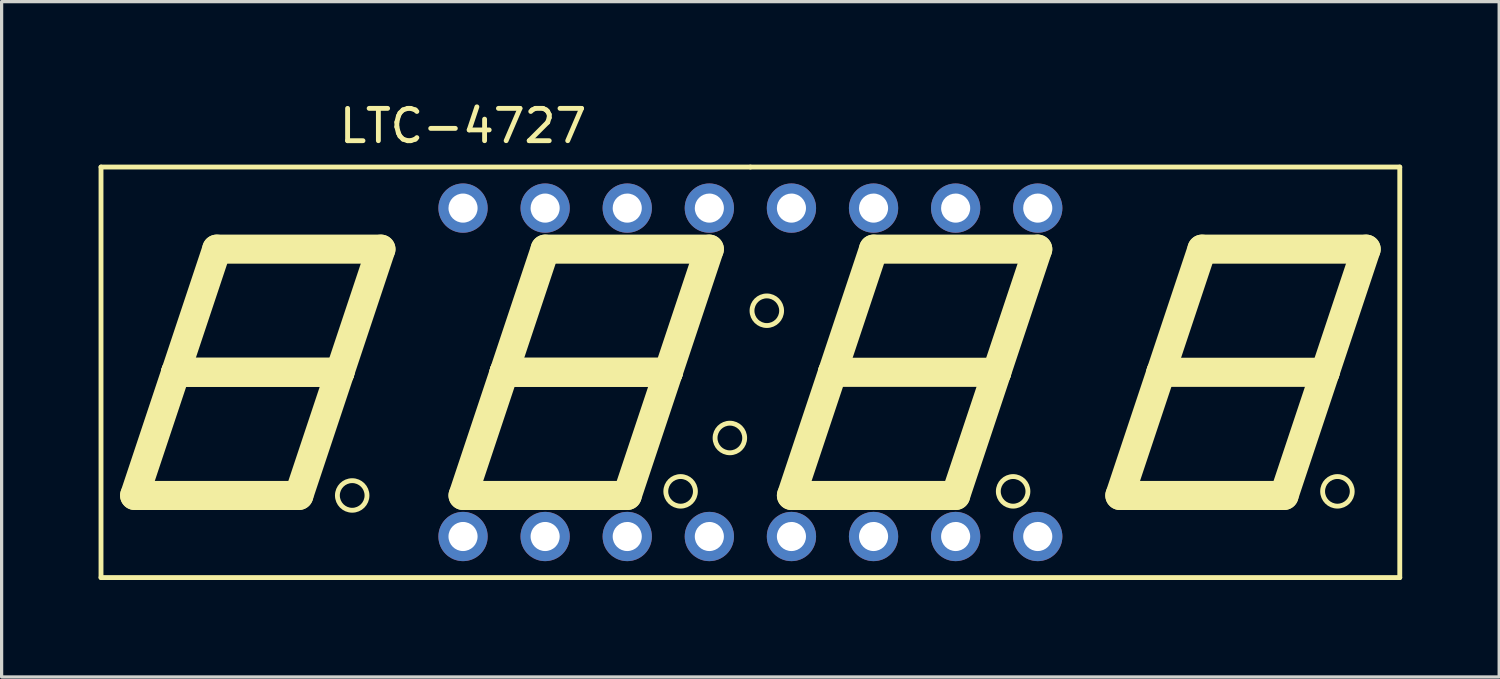
<source format=kicad_pcb>
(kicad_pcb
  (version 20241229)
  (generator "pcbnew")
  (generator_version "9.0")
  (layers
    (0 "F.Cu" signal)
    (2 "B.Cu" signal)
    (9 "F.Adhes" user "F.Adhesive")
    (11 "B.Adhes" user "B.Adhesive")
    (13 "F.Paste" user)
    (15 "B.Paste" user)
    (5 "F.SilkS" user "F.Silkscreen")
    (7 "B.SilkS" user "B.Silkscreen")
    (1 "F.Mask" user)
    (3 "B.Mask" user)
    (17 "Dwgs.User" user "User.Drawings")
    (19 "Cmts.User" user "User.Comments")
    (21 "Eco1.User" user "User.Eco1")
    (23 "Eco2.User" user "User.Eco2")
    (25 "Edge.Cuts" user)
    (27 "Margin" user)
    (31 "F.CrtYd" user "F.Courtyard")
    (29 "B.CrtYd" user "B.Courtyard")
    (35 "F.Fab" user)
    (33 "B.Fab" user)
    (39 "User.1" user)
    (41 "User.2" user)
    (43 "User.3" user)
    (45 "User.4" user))
  (footprint "LTC-4727"
    (layer "F.Cu")
    (at 20.165 8.468)
    (property "Reference" "LTC-4727" (at -8.89 -7.62 0) (layer "F.SilkS") (effects (font (size 1 1) (thickness 0.15))))
    (attr through_hole)
    (fp_line (start -20.09 -6.35) (end -20.09 6.35) (stroke (width 0.15) (type solid)) (layer "F.SilkS"))
    (fp_line (start -20.09 6.35) (end 20.09 6.35) (stroke (width 0.15) (type solid)) (layer "F.SilkS"))
    (fp_line (start -19.05 3.81) (end -17.78 0) (stroke (width 0.9) (type solid)) (layer "F.SilkS"))
    (fp_line (start -17.78 0) (end -16.51 -3.81) (stroke (width 0.9) (type solid)) (layer "F.SilkS"))
    (fp_line (start -17.78 0) (end -12.7 0) (stroke (width 0.9) (type solid)) (layer "F.SilkS"))
    (fp_line (start -16.51 -3.81) (end -11.43 -3.81) (stroke (width 0.9) (type solid)) (layer "F.SilkS"))
    (fp_line (start -13.97 3.81) (end -19.05 3.81) (stroke (width 0.9) (type solid)) (layer "F.SilkS"))
    (fp_line (start -12.7 0) (end -17.78 0) (stroke (width 0.9) (type solid)) (layer "F.SilkS"))
    (fp_line (start -12.7 0) (end -13.97 3.81) (stroke (width 0.9) (type solid)) (layer "F.SilkS"))
    (fp_line (start -11.43 -3.81) (end -12.7 0) (stroke (width 0.9) (type solid)) (layer "F.SilkS"))
    (fp_line (start -8.89 3.81) (end -3.81 3.81) (stroke (width 0.9) (type solid)) (layer "F.SilkS"))
    (fp_line (start -7.62 0) (end -8.89 3.81) (stroke (width 0.9) (type solid)) (layer "F.SilkS"))
    (fp_line (start -7.62 0) (end -2.54 0) (stroke (width 0.9) (type solid)) (layer "F.SilkS"))
    (fp_line (start -6.35 -3.81) (end -7.62 0) (stroke (width 0.9) (type solid)) (layer "F.SilkS"))
    (fp_line (start -6.35 -3.81) (end -1.27 -3.81) (stroke (width 0.9) (type solid)) (layer "F.SilkS"))
    (fp_line (start -3.81 3.81) (end -2.54 0) (stroke (width 0.9) (type solid)) (layer "F.SilkS"))
    (fp_line (start -2.54 0) (end -7.62 0) (stroke (width 0.9) (type solid)) (layer "F.SilkS"))
    (fp_line (start -2.54 0) (end -1.27 -3.81) (stroke (width 0.9) (type solid)) (layer "F.SilkS"))
    (fp_line (start 0 -6.35) (end -20.09 -6.35) (stroke (width 0.15) (type solid)) (layer "F.SilkS"))
    (fp_line (start 1.27 3.81) (end 2.54 0) (stroke (width 0.9) (type solid)) (layer "F.SilkS"))
    (fp_line (start 2.54 0) (end 3.81 -3.81) (stroke (width 0.9) (type solid)) (layer "F.SilkS"))
    (fp_line (start 2.54 0) (end 7.62 0) (stroke (width 0.9) (type solid)) (layer "F.SilkS"))
    (fp_line (start 3.81 -3.81) (end 8.89 -3.81) (stroke (width 0.9) (type solid)) (layer "F.SilkS"))
    (fp_line (start 6.35 3.81) (end 1.27 3.81) (stroke (width 0.9) (type solid)) (layer "F.SilkS"))
    (fp_line (start 7.62 0) (end 6.35 3.81) (stroke (width 0.9) (type solid)) (layer "F.SilkS"))
    (fp_line (start 8.89 -3.81) (end 7.62 0) (stroke (width 0.9) (type solid)) (layer "F.SilkS"))
    (fp_line (start 11.43 3.81) (end 12.7 0) (stroke (width 0.9) (type solid)) (layer "F.SilkS"))
    (fp_line (start 12.7 0) (end 13.97 -3.81) (stroke (width 0.9) (type solid)) (layer "F.SilkS"))
    (fp_line (start 12.7 0) (end 17.78 0) (stroke (width 0.9) (type solid)) (layer "F.SilkS"))
    (fp_line (start 13.97 -3.81) (end 19.05 -3.81) (stroke (width 0.9) (type solid)) (layer "F.SilkS"))
    (fp_line (start 16.51 3.81) (end 11.43 3.81) (stroke (width 0.9) (type solid)) (layer "F.SilkS"))
    (fp_line (start 17.78 0) (end 16.51 3.81) (stroke (width 0.9) (type solid)) (layer "F.SilkS"))
    (fp_line (start 19.05 -3.81) (end 17.78 0) (stroke (width 0.9) (type solid)) (layer "F.SilkS"))
    (fp_line (start 20.09 -6.35) (end 0 -6.35) (stroke (width 0.15) (type solid)) (layer "F.SilkS"))
    (fp_line (start 20.09 6.35) (end 20.09 -6.35) (stroke (width 0.15) (type solid)) (layer "F.SilkS"))
    (fp_circle (center -12.319 3.81) (end -12.065 4.191) (stroke (width 0.15) (type solid)) (fill no) (layer "F.SilkS"))
    (fp_circle (center -2.159 3.683) (end -1.905 4.064) (stroke (width 0.15) (type solid)) (fill no) (layer "F.SilkS"))
    (fp_circle (center -0.635 2.032) (end -0.254 2.286) (stroke (width 0.15) (type solid)) (fill no) (layer "F.SilkS"))
    (fp_circle (center 0.508 -1.905) (end 0.889 -1.651) (stroke (width 0.15) (type solid)) (fill no) (layer "F.SilkS"))
    (fp_circle (center 8.128 3.683) (end 8.382 4.064) (stroke (width 0.15) (type solid)) (fill no) (layer "F.SilkS"))
    (fp_circle (center 18.161 3.683) (end 18.415 4.064) (stroke (width 0.15) (type solid)) (fill no) (layer "F.SilkS"))
    (pad "1" thru_hole circle (at -8.89 5.08) (size 1.524 1.524) (drill 0.9) (layers "*.Cu" "*.Mask"))
    (pad "2" thru_hole circle (at -6.35 5.08) (size 1.524 1.524) (drill 0.9) (layers "*.Cu" "*.Mask"))
    (pad "3" thru_hole circle (at -3.81 5.08) (size 1.524 1.524) (drill 0.9) (layers "*.Cu" "*.Mask"))
    (pad "4" thru_hole circle (at -1.27 5.08) (size 1.524 1.524) (drill 0.9) (layers "*.Cu" "*.Mask"))
    (pad "5" thru_hole circle (at 1.27 5.08) (size 1.524 1.524) (drill 0.9) (layers "*.Cu" "*.Mask"))
    (pad "6" thru_hole circle (at 3.81 5.08) (size 1.524 1.524) (drill 0.9) (layers "*.Cu" "*.Mask"))
    (pad "7" thru_hole circle (at 6.35 5.08) (size 1.524 1.524) (drill 0.9) (layers "*.Cu" "*.Mask"))
    (pad "8" thru_hole circle (at 8.89 5.08) (size 1.524 1.524) (drill 0.9) (layers "*.Cu" "*.Mask"))
    (pad "9" thru_hole circle (at 8.89 -5.08) (size 1.524 1.524) (drill 0.9) (layers "*.Cu" "*.Mask"))
    (pad "10" thru_hole circle (at 6.35 -5.08) (size 1.524 1.524) (drill 0.9) (layers "*.Cu" "*.Mask"))
    (pad "11" thru_hole circle (at 3.81 -5.08) (size 1.524 1.524) (drill 0.9) (layers "*.Cu" "*.Mask"))
    (pad "12" thru_hole circle (at 1.27 -5.08) (size 1.524 1.524) (drill 0.9) (layers "*.Cu" "*.Mask"))
    (pad "13" thru_hole circle (at -1.27 -5.08) (size 1.524 1.524) (drill 0.9) (layers "*.Cu" "*.Mask"))
    (pad "14" thru_hole circle (at -3.81 -5.08) (size 1.524 1.524) (drill 0.9) (layers "*.Cu" "*.Mask"))
    (pad "15" thru_hole circle (at -6.35 -5.08) (size 1.524 1.524) (drill 0.9) (layers "*.Cu" "*.Mask"))
    (pad "16" thru_hole circle (at -8.89 -5.08) (size 1.524 1.524) (drill 0.9) (layers "*.Cu" "*.Mask")))
  (gr_rect
    (start -3 -3)
    (end 43.33 17.893)
    (stroke (width 0.1) (type default))
    (fill no)
    (layer "Edge.Cuts")))
</source>
